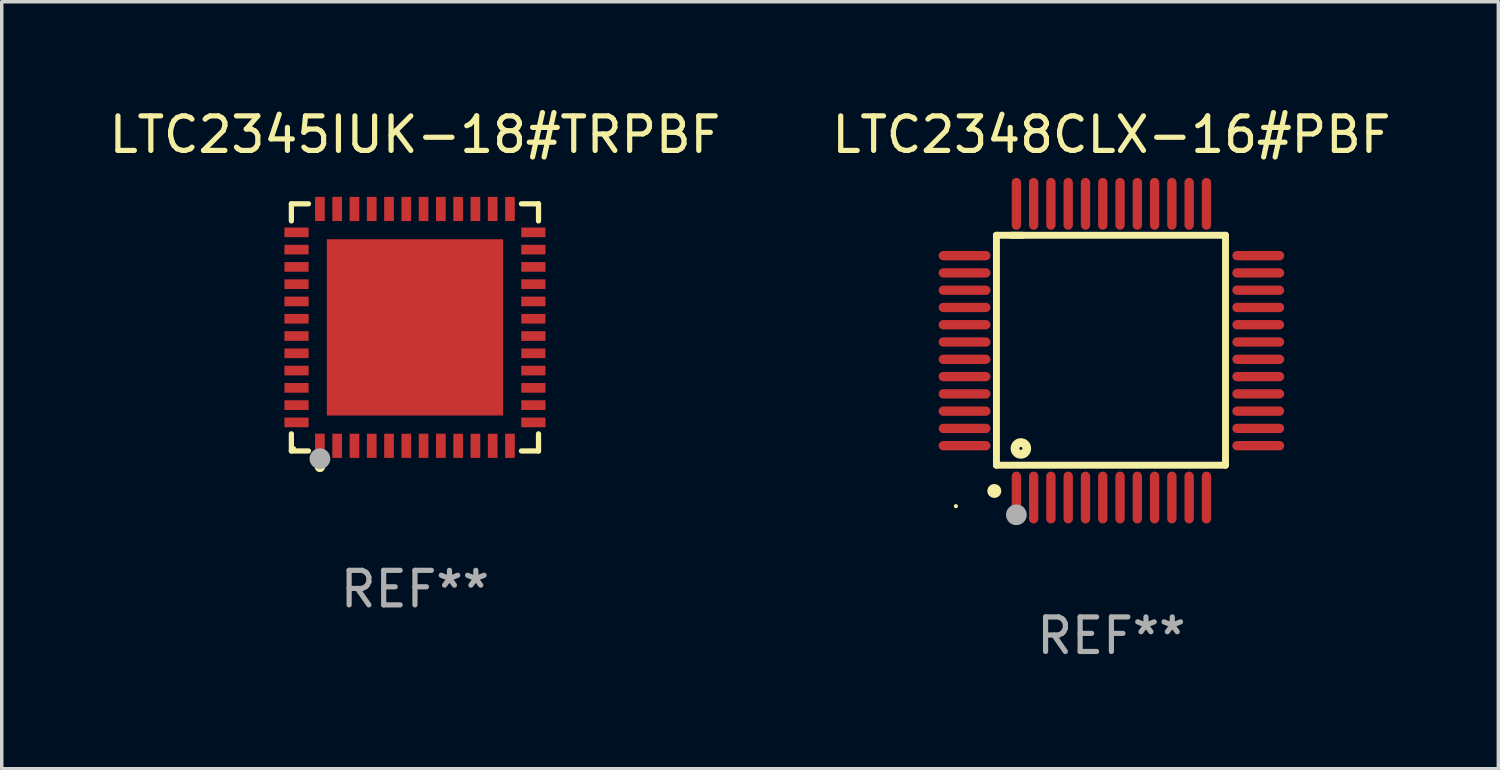
<source format=kicad_pcb>
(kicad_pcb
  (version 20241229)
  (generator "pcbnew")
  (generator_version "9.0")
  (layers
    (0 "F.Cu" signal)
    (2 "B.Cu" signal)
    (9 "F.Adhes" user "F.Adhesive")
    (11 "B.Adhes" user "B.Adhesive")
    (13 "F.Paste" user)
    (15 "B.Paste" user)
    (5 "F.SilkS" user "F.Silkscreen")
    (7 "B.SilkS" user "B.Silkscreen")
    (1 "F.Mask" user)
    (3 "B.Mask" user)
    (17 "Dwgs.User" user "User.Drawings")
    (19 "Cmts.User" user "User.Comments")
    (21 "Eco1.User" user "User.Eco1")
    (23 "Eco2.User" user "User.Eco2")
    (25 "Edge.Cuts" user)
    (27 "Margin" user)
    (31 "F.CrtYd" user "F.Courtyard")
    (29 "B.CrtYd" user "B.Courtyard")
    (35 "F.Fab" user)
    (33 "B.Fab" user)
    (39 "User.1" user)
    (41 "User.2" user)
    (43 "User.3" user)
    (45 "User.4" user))
  (footprint "LTC2345IUK-18#TRPBF"
    (layer "F.Cu")
    (at 8.958 6.424)
    (property "Reference" "LTC2345IUK-18#TRPBF" (at 0 -5.576 0) (layer "F.SilkS") (effects (font (size 1 1) (thickness 0.15))))
    (attr through_hole)
    (fp_line (start -3.576 -3.576) (end -3.081 -3.576) (stroke (width 0.152) (type solid)) (layer "F.SilkS"))
    (fp_line (start -3.576 -3.081) (end -3.576 -3.576) (stroke (width 0.152) (type solid)) (layer "F.SilkS"))
    (fp_line (start -3.576 3.081) (end -3.576 3.576) (stroke (width 0.152) (type solid)) (layer "F.SilkS"))
    (fp_line (start -3.576 3.576) (end -3.081 3.576) (stroke (width 0.152) (type solid)) (layer "F.SilkS"))
    (fp_line (start 3.576 -3.576) (end 3.081 -3.576) (stroke (width 0.152) (type solid)) (layer "F.SilkS"))
    (fp_line (start 3.576 -3.081) (end 3.576 -3.576) (stroke (width 0.152) (type solid)) (layer "F.SilkS"))
    (fp_line (start 3.576 3.081) (end 3.576 3.576) (stroke (width 0.152) (type solid)) (layer "F.SilkS"))
    (fp_line (start 3.576 3.576) (end 3.081 3.576) (stroke (width 0.152) (type solid)) (layer "F.SilkS"))
    (fp_circle (center -3.5 3.5) (end -3.47 3.5) (stroke (width 0.06) (type solid)) (fill no) (layer "F.SilkS"))
    (fp_circle (center -2.75 4.04) (end -2.675 4.04) (stroke (width 0.15) (type solid)) (fill no) (layer "F.SilkS"))
    (fp_circle (center -2.75 3.8) (end -2.6 3.8) (stroke (width 0.3) (type solid)) (fill no) (layer "F.Fab"))
    (fp_text user "REF**" (at 0 7.576 0) (layer "F.Fab") (effects (font (size 1 1) (thickness 0.15))))
    (pad "1" smd rect (at -2.75 3.427) (size 0.28 0.7) (layers "F.Cu" "F.Mask" "F.Paste"))
    (pad "2" smd rect (at -2.25 3.427) (size 0.28 0.7) (layers "F.Cu" "F.Mask" "F.Paste"))
    (pad "3" smd rect (at -1.75 3.427) (size 0.28 0.7) (layers "F.Cu" "F.Mask" "F.Paste"))
    (pad "4" smd rect (at -1.25 3.427) (size 0.28 0.7) (layers "F.Cu" "F.Mask" "F.Paste"))
    (pad "5" smd rect (at -0.75 3.427) (size 0.28 0.7) (layers "F.Cu" "F.Mask" "F.Paste"))
    (pad "6" smd rect (at -0.25 3.427) (size 0.28 0.7) (layers "F.Cu" "F.Mask" "F.Paste"))
    (pad "7" smd rect (at 0.25 3.427) (size 0.28 0.7) (layers "F.Cu" "F.Mask" "F.Paste"))
    (pad "8" smd rect (at 0.75 3.427) (size 0.28 0.7) (layers "F.Cu" "F.Mask" "F.Paste"))
    (pad "9" smd rect (at 1.25 3.427) (size 0.28 0.7) (layers "F.Cu" "F.Mask" "F.Paste"))
    (pad "10" smd rect (at 1.75 3.427) (size 0.28 0.7) (layers "F.Cu" "F.Mask" "F.Paste"))
    (pad "11" smd rect (at 2.25 3.427) (size 0.28 0.7) (layers "F.Cu" "F.Mask" "F.Paste"))
    (pad "12" smd rect (at 2.75 3.427) (size 0.28 0.7) (layers "F.Cu" "F.Mask" "F.Paste"))
    (pad "13" smd rect (at 3.427 2.75) (size 0.7 0.28) (layers "F.Cu" "F.Mask" "F.Paste"))
    (pad "14" smd rect (at 3.427 2.25) (size 0.7 0.28) (layers "F.Cu" "F.Mask" "F.Paste"))
    (pad "15" smd rect (at 3.427 1.75) (size 0.7 0.28) (layers "F.Cu" "F.Mask" "F.Paste"))
    (pad "16" smd rect (at 3.427 1.25) (size 0.7 0.28) (layers "F.Cu" "F.Mask" "F.Paste"))
    (pad "17" smd rect (at 3.427 0.75) (size 0.7 0.28) (layers "F.Cu" "F.Mask" "F.Paste"))
    (pad "18" smd rect (at 3.427 0.25) (size 0.7 0.28) (layers "F.Cu" "F.Mask" "F.Paste"))
    (pad "19" smd rect (at 3.427 -0.25) (size 0.7 0.28) (layers "F.Cu" "F.Mask" "F.Paste"))
    (pad "20" smd rect (at 3.427 -0.75) (size 0.7 0.28) (layers "F.Cu" "F.Mask" "F.Paste"))
    (pad "21" smd rect (at 3.427 -1.25) (size 0.7 0.28) (layers "F.Cu" "F.Mask" "F.Paste"))
    (pad "22" smd rect (at 3.427 -1.75) (size 0.7 0.28) (layers "F.Cu" "F.Mask" "F.Paste"))
    (pad "23" smd rect (at 3.427 -2.25) (size 0.7 0.28) (layers "F.Cu" "F.Mask" "F.Paste"))
    (pad "24" smd rect (at 3.427 -2.75) (size 0.7 0.28) (layers "F.Cu" "F.Mask" "F.Paste"))
    (pad "25" smd rect (at 2.75 -3.427) (size 0.28 0.7) (layers "F.Cu" "F.Mask" "F.Paste"))
    (pad "26" smd rect (at 2.25 -3.427) (size 0.28 0.7) (layers "F.Cu" "F.Mask" "F.Paste"))
    (pad "27" smd rect (at 1.75 -3.427) (size 0.28 0.7) (layers "F.Cu" "F.Mask" "F.Paste"))
    (pad "28" smd rect (at 1.25 -3.427) (size 0.28 0.7) (layers "F.Cu" "F.Mask" "F.Paste"))
    (pad "29" smd rect (at 0.75 -3.427) (size 0.28 0.7) (layers "F.Cu" "F.Mask" "F.Paste"))
    (pad "30" smd rect (at 0.25 -3.427) (size 0.28 0.7) (layers "F.Cu" "F.Mask" "F.Paste"))
    (pad "31" smd rect (at -0.25 -3.427) (size 0.28 0.7) (layers "F.Cu" "F.Mask" "F.Paste"))
    (pad "32" smd rect (at -0.75 -3.427) (size 0.28 0.7) (layers "F.Cu" "F.Mask" "F.Paste"))
    (pad "33" smd rect (at -1.25 -3.427) (size 0.28 0.7) (layers "F.Cu" "F.Mask" "F.Paste"))
    (pad "34" smd rect (at -1.75 -3.427) (size 0.28 0.7) (layers "F.Cu" "F.Mask" "F.Paste"))
    (pad "35" smd rect (at -2.25 -3.427) (size 0.28 0.7) (layers "F.Cu" "F.Mask" "F.Paste"))
    (pad "36" smd rect (at -2.75 -3.427) (size 0.28 0.7) (layers "F.Cu" "F.Mask" "F.Paste"))
    (pad "37" smd rect (at -3.427 -2.75) (size 0.7 0.28) (layers "F.Cu" "F.Mask" "F.Paste"))
    (pad "38" smd rect (at -3.427 -2.25) (size 0.7 0.28) (layers "F.Cu" "F.Mask" "F.Paste"))
    (pad "39" smd rect (at -3.427 -1.75) (size 0.7 0.28) (layers "F.Cu" "F.Mask" "F.Paste"))
    (pad "40" smd rect (at -3.427 -1.25) (size 0.7 0.28) (layers "F.Cu" "F.Mask" "F.Paste"))
    (pad "41" smd rect (at -3.427 -0.75) (size 0.7 0.28) (layers "F.Cu" "F.Mask" "F.Paste"))
    (pad "42" smd rect (at -3.427 -0.25) (size 0.7 0.28) (layers "F.Cu" "F.Mask" "F.Paste"))
    (pad "43" smd rect (at -3.427 0.25) (size 0.7 0.28) (layers "F.Cu" "F.Mask" "F.Paste"))
    (pad "44" smd rect (at -3.427 0.75) (size 0.7 0.28) (layers "F.Cu" "F.Mask" "F.Paste"))
    (pad "45" smd rect (at -3.427 1.25) (size 0.7 0.28) (layers "F.Cu" "F.Mask" "F.Paste"))
    (pad "46" smd rect (at -3.427 1.75) (size 0.7 0.28) (layers "F.Cu" "F.Mask" "F.Paste"))
    (pad "47" smd rect (at -3.427 2.25) (size 0.7 0.28) (layers "F.Cu" "F.Mask" "F.Paste"))
    (pad "48" smd rect (at -3.427 2.75) (size 0.7 0.28) (layers "F.Cu" "F.Mask" "F.Paste"))
    (pad "49" smd rect (at 0 0) (size 5.1 5.1) (layers "F.Cu" "F.Mask" "F.Paste")))
  (footprint "LTC2348CLX-16#PBF"
    (layer "F.Cu")
    (at 29.113 7.098)
    (property "Reference" "LTC2348CLX-16#PBF" (at 0 -6.25 0) (layer "F.SilkS") (effects (font (size 1 1) (thickness 0.15))))
    (attr through_hole)
    (fp_line (start -3.327 -3.34) (end -2.565 -3.34) (stroke (width 0.2) (type solid)) (layer "F.SilkS"))
    (fp_line (start -3.327 3.315) (end -3.327 -3.34) (stroke (width 0.2) (type solid)) (layer "F.SilkS"))
    (fp_line (start -2.896 -3.34) (end 3.302 -3.34) (stroke (width 0.2) (type solid)) (layer "F.SilkS"))
    (fp_line (start 3.302 -3.34) (end 3.302 3.315) (stroke (width 0.2) (type solid)) (layer "F.SilkS"))
    (fp_line (start 3.302 3.315) (end -3.327 3.315) (stroke (width 0.2) (type solid)) (layer "F.SilkS"))
    (fp_arc (start -3.389992 4.059995) (mid -3.388722 4.059991) (end -3.387452 4.059995) (stroke (width 0.4) (type solid)) (layer "F.SilkS"))
    (fp_circle (center -4.5 4.5) (end -4.47 4.5) (stroke (width 0.06) (type solid)) (fill no) (layer "F.SilkS"))
    (fp_circle (center -2.62 2.83) (end -2.45 2.83) (stroke (width 0.254) (type solid)) (fill no) (layer "F.SilkS"))
    (fp_circle (center -2.75 4.75) (end -2.6 4.75) (stroke (width 0.3) (type solid)) (fill no) (layer "F.Fab"))
    (fp_text user "REF**" (at 0 8.25 0) (layer "F.Fab") (effects (font (size 1 1) (thickness 0.15))))
    (pad "1" smd oval (at -2.75 4.25) (size 0.27 1.5) (layers "F.Cu" "F.Mask" "F.Paste"))
    (pad "2" smd oval (at -2.25 4.25) (size 0.27 1.5) (layers "F.Cu" "F.Mask" "F.Paste"))
    (pad "3" smd oval (at -1.75 4.25) (size 0.27 1.5) (layers "F.Cu" "F.Mask" "F.Paste"))
    (pad "4" smd oval (at -1.25 4.25) (size 0.27 1.5) (layers "F.Cu" "F.Mask" "F.Paste"))
    (pad "5" smd oval (at -0.75 4.25) (size 0.27 1.5) (layers "F.Cu" "F.Mask" "F.Paste"))
    (pad "6" smd oval (at -0.25 4.25) (size 0.27 1.5) (layers "F.Cu" "F.Mask" "F.Paste"))
    (pad "7" smd oval (at 0.25 4.25) (size 0.27 1.5) (layers "F.Cu" "F.Mask" "F.Paste"))
    (pad "8" smd oval (at 0.75 4.25) (size 0.27 1.5) (layers "F.Cu" "F.Mask" "F.Paste"))
    (pad "9" smd oval (at 1.25 4.25) (size 0.27 1.5) (layers "F.Cu" "F.Mask" "F.Paste"))
    (pad "10" smd oval (at 1.75 4.25) (size 0.27 1.5) (layers "F.Cu" "F.Mask" "F.Paste"))
    (pad "11" smd oval (at 2.25 4.25) (size 0.27 1.5) (layers "F.Cu" "F.Mask" "F.Paste"))
    (pad "12" smd oval (at 2.75 4.25) (size 0.27 1.5) (layers "F.Cu" "F.Mask" "F.Paste"))
    (pad "13" smd oval (at 4.25 2.75) (size 1.5 0.27) (layers "F.Cu" "F.Mask" "F.Paste"))
    (pad "14" smd oval (at 4.25 2.25) (size 1.5 0.27) (layers "F.Cu" "F.Mask" "F.Paste"))
    (pad "15" smd oval (at 4.25 1.75) (size 1.5 0.27) (layers "F.Cu" "F.Mask" "F.Paste"))
    (pad "16" smd oval (at 4.25 1.25) (size 1.5 0.27) (layers "F.Cu" "F.Mask" "F.Paste"))
    (pad "17" smd oval (at 4.25 0.75) (size 1.5 0.27) (layers "F.Cu" "F.Mask" "F.Paste"))
    (pad "18" smd oval (at 4.25 0.25) (size 1.5 0.27) (layers "F.Cu" "F.Mask" "F.Paste"))
    (pad "19" smd oval (at 4.25 -0.25) (size 1.5 0.27) (layers "F.Cu" "F.Mask" "F.Paste"))
    (pad "20" smd oval (at 4.25 -0.75) (size 1.5 0.27) (layers "F.Cu" "F.Mask" "F.Paste"))
    (pad "21" smd oval (at 4.25 -1.25) (size 1.5 0.27) (layers "F.Cu" "F.Mask" "F.Paste"))
    (pad "22" smd oval (at 4.25 -1.75) (size 1.5 0.27) (layers "F.Cu" "F.Mask" "F.Paste"))
    (pad "23" smd oval (at 4.25 -2.25) (size 1.5 0.27) (layers "F.Cu" "F.Mask" "F.Paste"))
    (pad "24" smd oval (at 4.25 -2.75) (size 1.5 0.27) (layers "F.Cu" "F.Mask" "F.Paste"))
    (pad "25" smd oval (at 2.75 -4.25) (size 0.27 1.5) (layers "F.Cu" "F.Mask" "F.Paste"))
    (pad "26" smd oval (at 2.25 -4.25) (size 0.27 1.5) (layers "F.Cu" "F.Mask" "F.Paste"))
    (pad "27" smd oval (at 1.75 -4.25) (size 0.27 1.5) (layers "F.Cu" "F.Mask" "F.Paste"))
    (pad "28" smd oval (at 1.25 -4.25) (size 0.27 1.5) (layers "F.Cu" "F.Mask" "F.Paste"))
    (pad "29" smd oval (at 0.75 -4.25) (size 0.27 1.5) (layers "F.Cu" "F.Mask" "F.Paste"))
    (pad "30" smd oval (at 0.25 -4.25) (size 0.27 1.5) (layers "F.Cu" "F.Mask" "F.Paste"))
    (pad "31" smd oval (at -0.25 -4.25) (size 0.27 1.5) (layers "F.Cu" "F.Mask" "F.Paste"))
    (pad "32" smd oval (at -0.75 -4.25) (size 0.27 1.5) (layers "F.Cu" "F.Mask" "F.Paste"))
    (pad "33" smd oval (at -1.25 -4.25) (size 0.27 1.5) (layers "F.Cu" "F.Mask" "F.Paste"))
    (pad "34" smd oval (at -1.75 -4.25) (size 0.27 1.5) (layers "F.Cu" "F.Mask" "F.Paste"))
    (pad "35" smd oval (at -2.25 -4.25) (size 0.27 1.5) (layers "F.Cu" "F.Mask" "F.Paste"))
    (pad "36" smd oval (at -2.75 -4.25) (size 0.27 1.5) (layers "F.Cu" "F.Mask" "F.Paste"))
    (pad "37" smd oval (at -4.25 -2.75) (size 1.5 0.27) (layers "F.Cu" "F.Mask" "F.Paste"))
    (pad "38" smd oval (at -4.25 -2.25) (size 1.5 0.27) (layers "F.Cu" "F.Mask" "F.Paste"))
    (pad "39" smd oval (at -4.25 -1.75) (size 1.5 0.27) (layers "F.Cu" "F.Mask" "F.Paste"))
    (pad "40" smd oval (at -4.25 -1.25) (size 1.5 0.27) (layers "F.Cu" "F.Mask" "F.Paste"))
    (pad "41" smd oval (at -4.25 -0.75) (size 1.5 0.27) (layers "F.Cu" "F.Mask" "F.Paste"))
    (pad "42" smd oval (at -4.25 -0.25) (size 1.5 0.27) (layers "F.Cu" "F.Mask" "F.Paste"))
    (pad "43" smd oval (at -4.25 0.25) (size 1.5 0.27) (layers "F.Cu" "F.Mask" "F.Paste"))
    (pad "44" smd oval (at -4.25 0.75) (size 1.5 0.27) (layers "F.Cu" "F.Mask" "F.Paste"))
    (pad "45" smd oval (at -4.25 1.25) (size 1.5 0.27) (layers "F.Cu" "F.Mask" "F.Paste"))
    (pad "46" smd oval (at -4.25 1.75) (size 1.5 0.27) (layers "F.Cu" "F.Mask" "F.Paste"))
    (pad "47" smd oval (at -4.25 2.25) (size 1.5 0.27) (layers "F.Cu" "F.Mask" "F.Paste"))
    (pad "48" smd oval (at -4.25 2.75) (size 1.5 0.27) (layers "F.Cu" "F.Mask" "F.Paste")))
  (gr_rect
    (start -3 -3)
    (end 40.31 19.196)
    (stroke (width 0.1) (type default))
    (fill no)
    (layer "Edge.Cuts")))
</source>
